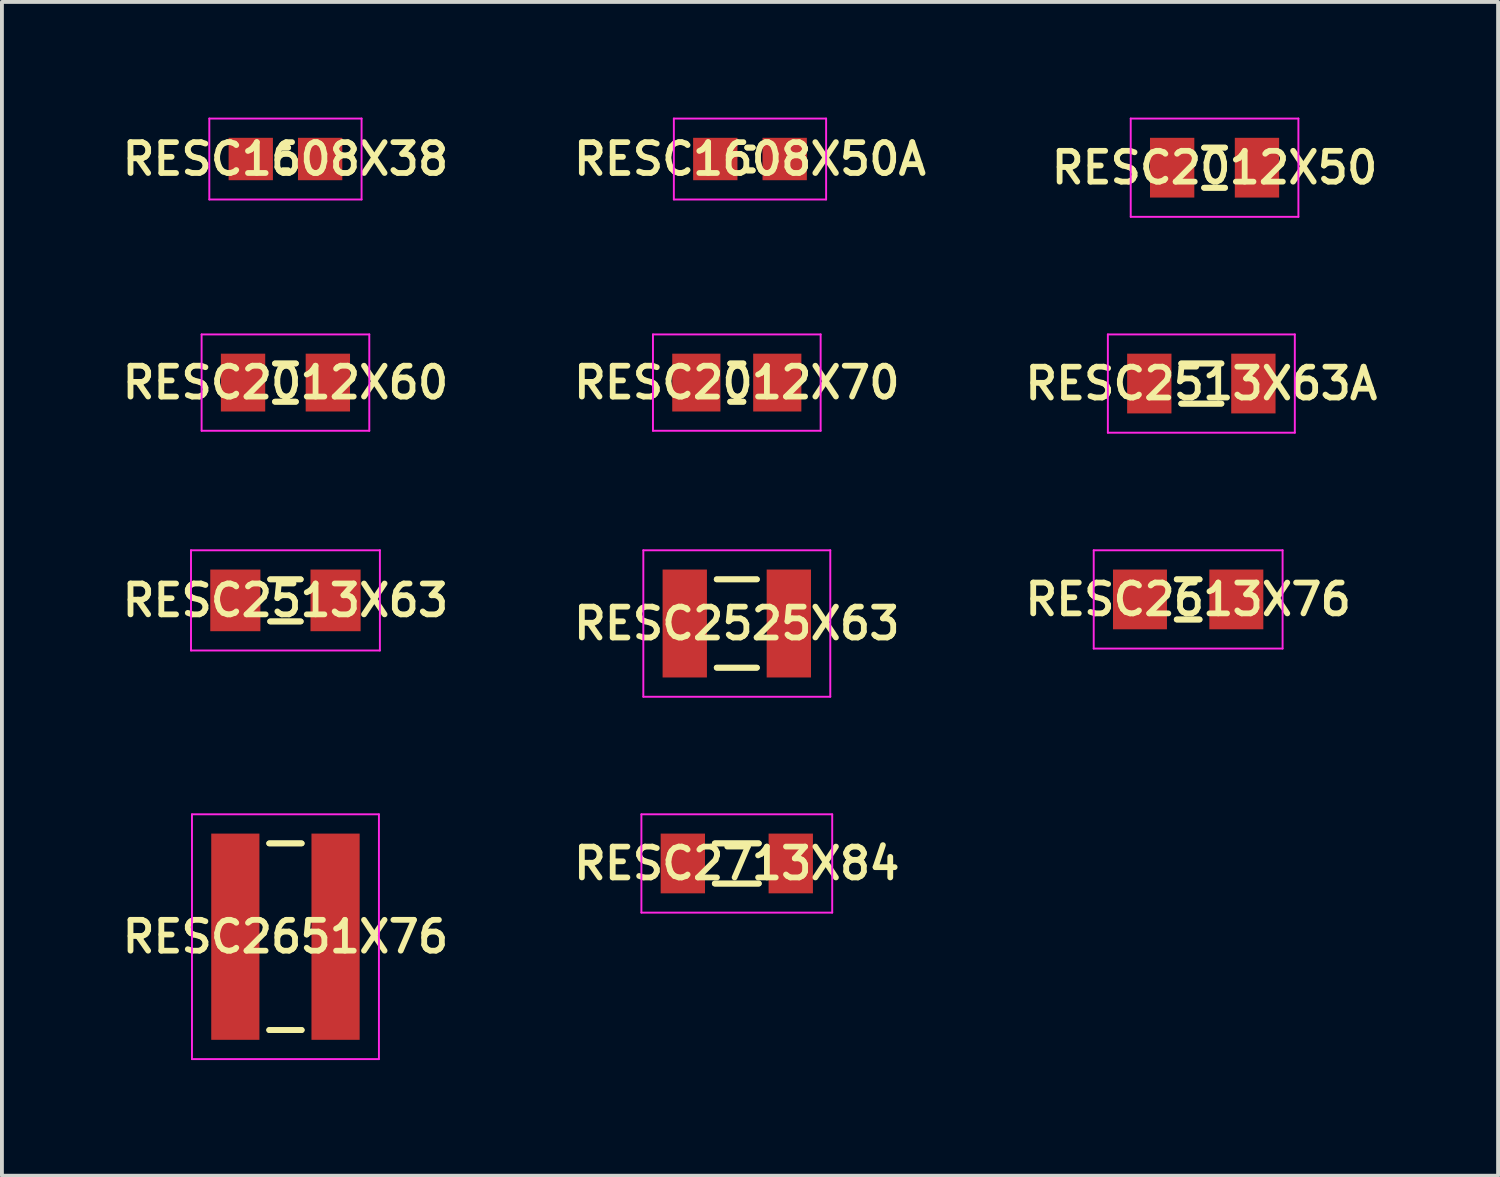
<source format=kicad_pcb>
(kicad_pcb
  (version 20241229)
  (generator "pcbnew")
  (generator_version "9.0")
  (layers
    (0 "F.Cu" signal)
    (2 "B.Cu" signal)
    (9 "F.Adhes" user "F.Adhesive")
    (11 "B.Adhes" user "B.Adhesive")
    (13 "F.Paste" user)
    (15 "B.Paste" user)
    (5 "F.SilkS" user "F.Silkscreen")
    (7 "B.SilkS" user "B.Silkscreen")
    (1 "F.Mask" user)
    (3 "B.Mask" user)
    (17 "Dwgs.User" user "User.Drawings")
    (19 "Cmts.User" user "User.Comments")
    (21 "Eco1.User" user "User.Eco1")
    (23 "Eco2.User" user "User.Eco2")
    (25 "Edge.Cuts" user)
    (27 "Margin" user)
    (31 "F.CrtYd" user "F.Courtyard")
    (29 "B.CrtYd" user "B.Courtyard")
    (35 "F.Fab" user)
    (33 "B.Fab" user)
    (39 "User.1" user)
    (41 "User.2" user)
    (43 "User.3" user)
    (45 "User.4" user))
  (footprint "RESC2651X76"
    (layer "F.Cu")
    (at 4.355 21.25)
    (property "Reference" "RESC2651X76" (at 0 0 0) (layer "F.SilkS") (effects (font (size 0.8 0.8) (thickness 0.15))))
    (attr smd)
    (fp_line (start -0.421 -2.421) (end 0.421 -2.421) (stroke (width 0.15) (type solid)) (layer "F.SilkS"))
    (fp_line (start -0.421 2.421) (end 0.421 2.421) (stroke (width 0.15) (type solid)) (layer "F.SilkS"))
    (fp_line (start 0.421 -2.421) (end -0.421 -2.421) (stroke (width 0.15) (type solid)) (layer "F.SilkS"))
    (fp_line (start 0.421 2.421) (end -0.421 2.421) (stroke (width 0.15) (type solid)) (layer "F.SilkS"))
    (fp_line (start -2.425 -3.175) (end 2.425 -3.175) (stroke (width 0.05) (type solid)) (layer "F.CrtYd"))
    (fp_line (start -2.425 3.175) (end -2.425 -3.175) (stroke (width 0.05) (type solid)) (layer "F.CrtYd"))
    (fp_line (start 2.425 -3.175) (end 2.425 3.175) (stroke (width 0.05) (type solid)) (layer "F.CrtYd"))
    (fp_line (start 2.425 3.175) (end -2.425 3.175) (stroke (width 0.05) (type solid)) (layer "F.CrtYd"))
    (pad "1" smd rect (at -1.3 0) (size 1.25 5.35) (layers "F.Cu" "F.Mask" "F.Paste"))
    (pad "2" smd rect (at 1.3 0) (size 1.25 5.35) (layers "F.Cu" "F.Mask" "F.Paste")))
  (footprint "RESC2012X50"
    (layer "F.Cu")
    (at 28.458 1.3)
    (property "Reference" "RESC2012X50" (at 0 0 0) (layer "F.SilkS") (effects (font (size 0.8 0.8) (thickness 0.15))))
    (attr smd)
    (fp_line (start -0.271 -0.521) (end 0.271 -0.521) (stroke (width 0.15) (type solid)) (layer "F.SilkS"))
    (fp_line (start -0.271 0.521) (end 0.271 0.521) (stroke (width 0.15) (type solid)) (layer "F.SilkS"))
    (fp_line (start 0.271 -0.521) (end -0.271 -0.521) (stroke (width 0.15) (type solid)) (layer "F.SilkS"))
    (fp_line (start 0.271 0.521) (end -0.271 0.521) (stroke (width 0.15) (type solid)) (layer "F.SilkS"))
    (fp_line (start -2.175 -1.275) (end 2.175 -1.275) (stroke (width 0.05) (type solid)) (layer "F.CrtYd"))
    (fp_line (start -2.175 1.275) (end -2.175 -1.275) (stroke (width 0.05) (type solid)) (layer "F.CrtYd"))
    (fp_line (start 2.175 -1.275) (end 2.175 1.275) (stroke (width 0.05) (type solid)) (layer "F.CrtYd"))
    (fp_line (start 2.175 1.275) (end -2.175 1.275) (stroke (width 0.05) (type solid)) (layer "F.CrtYd"))
    (pad "1" smd rect (at -1.1 0) (size 1.15 1.55) (layers "F.Cu" "F.Mask" "F.Paste"))
    (pad "2" smd rect (at 1.1 0) (size 1.15 1.55) (layers "F.Cu" "F.Mask" "F.Paste")))
  (footprint "RESC2613X76"
    (layer "F.Cu")
    (at 27.773 12.5)
    (property "Reference" "RESC2613X76" (at 0 0 0) (layer "F.SilkS") (effects (font (size 0.8 0.8) (thickness 0.15))))
    (attr smd)
    (fp_line (start -0.296 -0.521) (end 0.296 -0.521) (stroke (width 0.15) (type solid)) (layer "F.SilkS"))
    (fp_line (start -0.296 0.521) (end 0.296 0.521) (stroke (width 0.15) (type solid)) (layer "F.SilkS"))
    (fp_line (start 0.296 -0.521) (end -0.296 -0.521) (stroke (width 0.15) (type solid)) (layer "F.SilkS"))
    (fp_line (start 0.296 0.521) (end -0.296 0.521) (stroke (width 0.15) (type solid)) (layer "F.SilkS"))
    (fp_line (start -2.45 -1.275) (end 2.45 -1.275) (stroke (width 0.05) (type solid)) (layer "F.CrtYd"))
    (fp_line (start -2.45 1.275) (end -2.45 -1.275) (stroke (width 0.05) (type solid)) (layer "F.CrtYd"))
    (fp_line (start 2.45 -1.275) (end 2.45 1.275) (stroke (width 0.05) (type solid)) (layer "F.CrtYd"))
    (fp_line (start 2.45 1.275) (end -2.45 1.275) (stroke (width 0.05) (type solid)) (layer "F.CrtYd"))
    (pad "1" smd rect (at -1.25 0) (size 1.4 1.55) (layers "F.Cu" "F.Mask" "F.Paste"))
    (pad "2" smd rect (at 1.25 0) (size 1.4 1.55) (layers "F.Cu" "F.Mask" "F.Paste")))
  (footprint "RESC2525X63"
    (layer "F.Cu")
    (at 16.064 13.125)
    (property "Reference" "RESC2525X63" (at 0 0 0) (layer "F.SilkS") (effects (font (size 0.8 0.8) (thickness 0.15))))
    (attr smd)
    (fp_line (start -0.521 -1.146) (end 0.521 -1.146) (stroke (width 0.15) (type solid)) (layer "F.SilkS"))
    (fp_line (start -0.521 1.146) (end 0.521 1.146) (stroke (width 0.15) (type solid)) (layer "F.SilkS"))
    (fp_line (start 0.521 -1.146) (end -0.521 -1.146) (stroke (width 0.15) (type solid)) (layer "F.SilkS"))
    (fp_line (start 0.521 1.146) (end -0.521 1.146) (stroke (width 0.15) (type solid)) (layer "F.SilkS"))
    (fp_line (start -2.425 -1.9) (end 2.425 -1.9) (stroke (width 0.05) (type solid)) (layer "F.CrtYd"))
    (fp_line (start -2.425 1.9) (end -2.425 -1.9) (stroke (width 0.05) (type solid)) (layer "F.CrtYd"))
    (fp_line (start 2.425 -1.9) (end 2.425 1.9) (stroke (width 0.05) (type solid)) (layer "F.CrtYd"))
    (fp_line (start 2.425 1.9) (end -2.425 1.9) (stroke (width 0.05) (type solid)) (layer "F.CrtYd"))
    (pad "1" smd rect (at -1.35 0) (size 1.15 2.8) (layers "F.Cu" "F.Mask" "F.Paste"))
    (pad "2" smd rect (at 1.35 0) (size 1.15 2.8) (layers "F.Cu" "F.Mask" "F.Paste")))
  (footprint "RESC2513X63A"
    (layer "F.Cu")
    (at 28.115 6.9)
    (property "Reference" "RESC2513X63A" (at 0 0 0) (layer "F.SilkS") (effects (font (size 0.8 0.8) (thickness 0.15))))
    (attr smd)
    (fp_line (start -0.521 -0.521) (end 0.521 -0.521) (stroke (width 0.15) (type solid)) (layer "F.SilkS"))
    (fp_line (start -0.521 0.521) (end 0.521 0.521) (stroke (width 0.15) (type solid)) (layer "F.SilkS"))
    (fp_line (start 0.521 -0.521) (end -0.521 -0.521) (stroke (width 0.15) (type solid)) (layer "F.SilkS"))
    (fp_line (start 0.521 0.521) (end -0.521 0.521) (stroke (width 0.15) (type solid)) (layer "F.SilkS"))
    (fp_line (start -2.425 -1.275) (end 2.425 -1.275) (stroke (width 0.05) (type solid)) (layer "F.CrtYd"))
    (fp_line (start -2.425 1.275) (end -2.425 -1.275) (stroke (width 0.05) (type solid)) (layer "F.CrtYd"))
    (fp_line (start 2.425 -1.275) (end 2.425 1.275) (stroke (width 0.05) (type solid)) (layer "F.CrtYd"))
    (fp_line (start 2.425 1.275) (end -2.425 1.275) (stroke (width 0.05) (type solid)) (layer "F.CrtYd"))
    (pad "1" smd rect (at -1.35 0) (size 1.15 1.55) (layers "F.Cu" "F.Mask" "F.Paste"))
    (pad "2" smd rect (at 1.35 0) (size 1.15 1.55) (layers "F.Cu" "F.Mask" "F.Paste")))
  (footprint "RESC1608X50A"
    (layer "F.Cu")
    (at 16.406 1.075)
    (property "Reference" "RESC1608X50A" (at 0 0 0) (layer "F.SilkS") (effects (font (size 0.8 0.8) (thickness 0.15))))
    (attr smd)
    (fp_line (start -0.071 -0.296) (end 0.071 -0.296) (stroke (width 0.15) (type solid)) (layer "F.SilkS"))
    (fp_line (start -0.071 0.296) (end 0.071 0.296) (stroke (width 0.15) (type solid)) (layer "F.SilkS"))
    (fp_line (start 0.071 -0.296) (end -0.071 -0.296) (stroke (width 0.15) (type solid)) (layer "F.SilkS"))
    (fp_line (start 0.071 0.296) (end -0.071 0.296) (stroke (width 0.15) (type solid)) (layer "F.SilkS"))
    (fp_line (start -1.975 -1.05) (end 1.975 -1.05) (stroke (width 0.05) (type solid)) (layer "F.CrtYd"))
    (fp_line (start -1.975 1.05) (end -1.975 -1.05) (stroke (width 0.05) (type solid)) (layer "F.CrtYd"))
    (fp_line (start 1.975 -1.05) (end 1.975 1.05) (stroke (width 0.05) (type solid)) (layer "F.CrtYd"))
    (fp_line (start 1.975 1.05) (end -1.975 1.05) (stroke (width 0.05) (type solid)) (layer "F.CrtYd"))
    (pad "1" smd rect (at -0.9 0) (size 1.15 1.1) (layers "F.Cu" "F.Mask" "F.Paste"))
    (pad "2" smd rect (at 0.9 0) (size 1.15 1.1) (layers "F.Cu" "F.Mask" "F.Paste")))
  (footprint "RESC2713X84"
    (layer "F.Cu")
    (at 16.064 19.35)
    (property "Reference" "RESC2713X84" (at 0 0 0) (layer "F.SilkS") (effects (font (size 0.8 0.8) (thickness 0.15))))
    (attr smd)
    (fp_line (start -0.571 -0.521) (end 0.571 -0.521) (stroke (width 0.15) (type solid)) (layer "F.SilkS"))
    (fp_line (start -0.571 0.521) (end 0.571 0.521) (stroke (width 0.15) (type solid)) (layer "F.SilkS"))
    (fp_line (start 0.571 -0.521) (end -0.571 -0.521) (stroke (width 0.15) (type solid)) (layer "F.SilkS"))
    (fp_line (start 0.571 0.521) (end -0.571 0.521) (stroke (width 0.15) (type solid)) (layer "F.SilkS"))
    (fp_line (start -2.475 -1.275) (end 2.475 -1.275) (stroke (width 0.05) (type solid)) (layer "F.CrtYd"))
    (fp_line (start -2.475 1.275) (end -2.475 -1.275) (stroke (width 0.05) (type solid)) (layer "F.CrtYd"))
    (fp_line (start 2.475 -1.275) (end 2.475 1.275) (stroke (width 0.05) (type solid)) (layer "F.CrtYd"))
    (fp_line (start 2.475 1.275) (end -2.475 1.275) (stroke (width 0.05) (type solid)) (layer "F.CrtYd"))
    (pad "1" smd rect (at -1.4 0) (size 1.15 1.55) (layers "F.Cu" "F.Mask" "F.Paste"))
    (pad "2" smd rect (at 1.4 0) (size 1.15 1.55) (layers "F.Cu" "F.Mask" "F.Paste")))
  (footprint "RESC2012X70"
    (layer "F.Cu")
    (at 16.064 6.875)
    (property "Reference" "RESC2012X70" (at 0 0 0) (layer "F.SilkS") (effects (font (size 0.8 0.8) (thickness 0.15))))
    (attr smd)
    (fp_line (start -0.171 -0.496) (end 0.171 -0.496) (stroke (width 0.15) (type solid)) (layer "F.SilkS"))
    (fp_line (start -0.171 0.496) (end 0.171 0.496) (stroke (width 0.15) (type solid)) (layer "F.SilkS"))
    (fp_line (start 0.171 -0.496) (end -0.171 -0.496) (stroke (width 0.15) (type solid)) (layer "F.SilkS"))
    (fp_line (start 0.171 0.496) (end -0.171 0.496) (stroke (width 0.15) (type solid)) (layer "F.SilkS"))
    (fp_line (start -2.175 -1.25) (end 2.175 -1.25) (stroke (width 0.05) (type solid)) (layer "F.CrtYd"))
    (fp_line (start -2.175 1.25) (end -2.175 -1.25) (stroke (width 0.05) (type solid)) (layer "F.CrtYd"))
    (fp_line (start 2.175 -1.25) (end 2.175 1.25) (stroke (width 0.05) (type solid)) (layer "F.CrtYd"))
    (fp_line (start 2.175 1.25) (end -2.175 1.25) (stroke (width 0.05) (type solid)) (layer "F.CrtYd"))
    (pad "1" smd rect (at -1.05 0) (size 1.25 1.5) (layers "F.Cu" "F.Mask" "F.Paste"))
    (pad "2" smd rect (at 1.05 0) (size 1.25 1.5) (layers "F.Cu" "F.Mask" "F.Paste")))
  (footprint "RESC1608X38"
    (layer "F.Cu")
    (at 4.355 1.075)
    (property "Reference" "RESC1608X38" (at 0 0 0) (layer "F.SilkS") (effects (font (size 0.8 0.8) (thickness 0.15))))
    (attr smd)
    (fp_line (start -0.071 -0.296) (end 0.071 -0.296) (stroke (width 0.15) (type solid)) (layer "F.SilkS"))
    (fp_line (start -0.071 0.296) (end 0.071 0.296) (stroke (width 0.15) (type solid)) (layer "F.SilkS"))
    (fp_line (start 0.071 -0.296) (end -0.071 -0.296) (stroke (width 0.15) (type solid)) (layer "F.SilkS"))
    (fp_line (start 0.071 0.296) (end -0.071 0.296) (stroke (width 0.15) (type solid)) (layer "F.SilkS"))
    (fp_line (start -1.975 -1.05) (end 1.975 -1.05) (stroke (width 0.05) (type solid)) (layer "F.CrtYd"))
    (fp_line (start -1.975 1.05) (end -1.975 -1.05) (stroke (width 0.05) (type solid)) (layer "F.CrtYd"))
    (fp_line (start 1.975 -1.05) (end 1.975 1.05) (stroke (width 0.05) (type solid)) (layer "F.CrtYd"))
    (fp_line (start 1.975 1.05) (end -1.975 1.05) (stroke (width 0.05) (type solid)) (layer "F.CrtYd"))
    (pad "1" smd rect (at -0.9 0) (size 1.15 1.1) (layers "F.Cu" "F.Mask" "F.Paste"))
    (pad "2" smd rect (at 0.9 0) (size 1.15 1.1) (layers "F.Cu" "F.Mask" "F.Paste")))
  (footprint "RESC2012X60"
    (layer "F.Cu")
    (at 4.355 6.875)
    (property "Reference" "RESC2012X60" (at 0 0 0) (layer "F.SilkS") (effects (font (size 0.8 0.8) (thickness 0.15))))
    (attr smd)
    (fp_line (start -0.271 -0.496) (end 0.271 -0.496) (stroke (width 0.15) (type solid)) (layer "F.SilkS"))
    (fp_line (start -0.271 0.496) (end 0.271 0.496) (stroke (width 0.15) (type solid)) (layer "F.SilkS"))
    (fp_line (start 0.271 -0.496) (end -0.271 -0.496) (stroke (width 0.15) (type solid)) (layer "F.SilkS"))
    (fp_line (start 0.271 0.496) (end -0.271 0.496) (stroke (width 0.15) (type solid)) (layer "F.SilkS"))
    (fp_line (start -2.175 -1.25) (end 2.175 -1.25) (stroke (width 0.05) (type solid)) (layer "F.CrtYd"))
    (fp_line (start -2.175 1.25) (end -2.175 -1.25) (stroke (width 0.05) (type solid)) (layer "F.CrtYd"))
    (fp_line (start 2.175 -1.25) (end 2.175 1.25) (stroke (width 0.05) (type solid)) (layer "F.CrtYd"))
    (fp_line (start 2.175 1.25) (end -2.175 1.25) (stroke (width 0.05) (type solid)) (layer "F.CrtYd"))
    (pad "1" smd rect (at -1.1 0) (size 1.15 1.5) (layers "F.Cu" "F.Mask" "F.Paste"))
    (pad "2" smd rect (at 1.1 0) (size 1.15 1.5) (layers "F.Cu" "F.Mask" "F.Paste")))
  (footprint "RESC2513X63"
    (layer "F.Cu")
    (at 4.355 12.525)
    (property "Reference" "RESC2513X63" (at 0 0 0) (layer "F.SilkS") (effects (font (size 0.8 0.8) (thickness 0.15))))
    (attr smd)
    (fp_line (start -0.396 -0.546) (end 0.396 -0.546) (stroke (width 0.15) (type solid)) (layer "F.SilkS"))
    (fp_line (start -0.396 0.546) (end 0.396 0.546) (stroke (width 0.15) (type solid)) (layer "F.SilkS"))
    (fp_line (start 0.396 -0.546) (end -0.396 -0.546) (stroke (width 0.15) (type solid)) (layer "F.SilkS"))
    (fp_line (start 0.396 0.546) (end -0.396 0.546) (stroke (width 0.15) (type solid)) (layer "F.SilkS"))
    (fp_line (start -2.45 -1.3) (end 2.45 -1.3) (stroke (width 0.05) (type solid)) (layer "F.CrtYd"))
    (fp_line (start -2.45 1.3) (end -2.45 -1.3) (stroke (width 0.05) (type solid)) (layer "F.CrtYd"))
    (fp_line (start 2.45 -1.3) (end 2.45 1.3) (stroke (width 0.05) (type solid)) (layer "F.CrtYd"))
    (fp_line (start 2.45 1.3) (end -2.45 1.3) (stroke (width 0.05) (type solid)) (layer "F.CrtYd"))
    (pad "1" smd rect (at -1.3 0) (size 1.3 1.6) (layers "F.Cu" "F.Mask" "F.Paste"))
    (pad "2" smd rect (at 1.3 0) (size 1.3 1.6) (layers "F.Cu" "F.Mask" "F.Paste")))
  (gr_rect
    (start -3 -3)
    (end 35.813 27.45)
    (stroke (width 0.1) (type default))
    (fill no)
    (layer "Edge.Cuts")))
</source>
